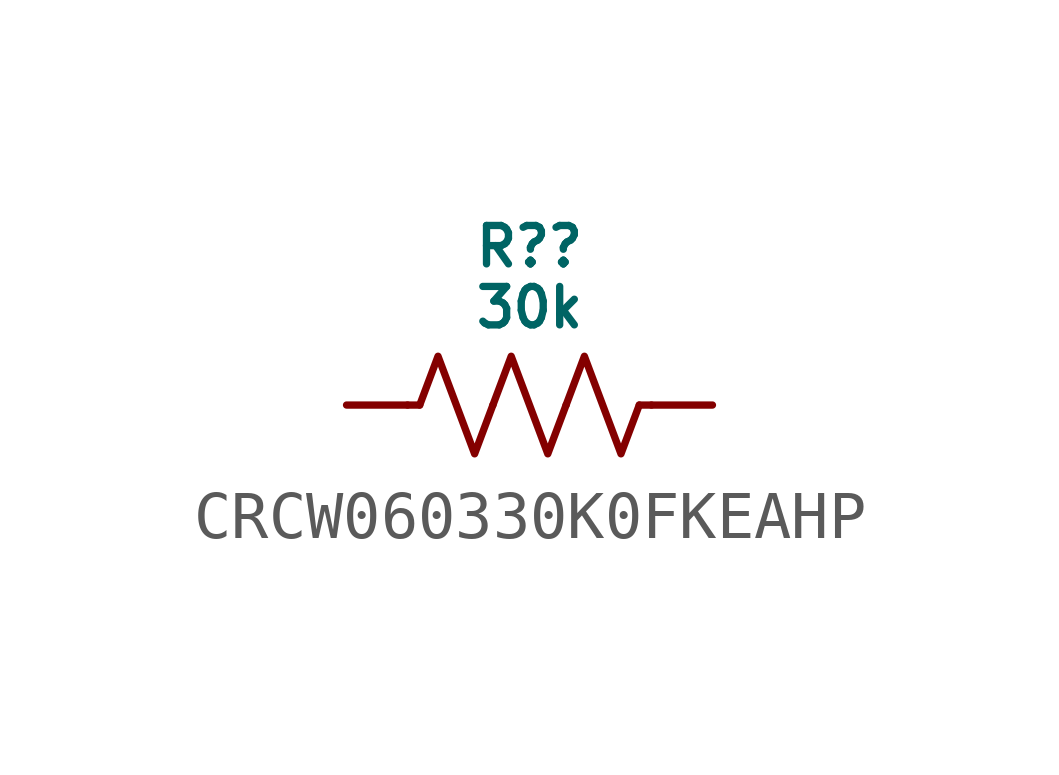
<source format=kicad_sym>
(kicad_symbol_lib
  (version 20231120)
  (generator "kicad_symbol_editor")
  (generator_version "8.0")
  (symbol "CRCW060330K0FKEAHP"
    (pin_numbers hide)
    (pin_names hide)
    (property "Reference" "R?"
      (at 0 3.302 0)
      (do_not_autoplace)
      (effects (font (size 0.8 0.8))))
    (property "Value" "30k"
      (at 0 2.032 0)
      (do_not_autoplace)
      (effects (font (size 0.8 0.8))))
    (symbol "CRCW060330K0FKEAHP_0_1"
      (polyline (pts (xy -2.286 0) (xy -2.54 0)) (stroke (width 0) (type default)) (fill (type none)))
      (polyline (pts (xy 2.286 0) (xy 2.54 0)) (stroke (width 0) (type default)) (fill (type none)))
      (polyline (pts (xy -2.286 0) (xy -1.905 1.016) (xy -1.524 0) (xy -1.143 -1.016) (xy -0.762 0)) (stroke (width 0) (type default)) (fill (type none)))
      (polyline (pts (xy -0.762 0) (xy -0.381 1.016) (xy 0 0) (xy 0.381 -1.016) (xy 0.762 0)) (stroke (width 0) (type default)) (fill (type none)))
      (polyline (pts (xy 0.762 0) (xy 1.143 1.016) (xy 1.524 0) (xy 1.905 -1.016) (xy 2.286 0)) (stroke (width 0) (type default)) (fill (type none))))
    (symbol "CRCW060330K0FKEAHP_1_0"
      (pin passive line (at -3.81 0 0) (length 1.27) (name "" (effects (font (size 0.8 0.8)))) (number "1" (effects (font (size 0.8 0.8)))))
      (pin passive line (at 3.81 0 180) (length 1.27) (name "" (effects (font (size 0.8 0.8)))) (number "2" (effects (font (size 0.8 0.8))))))))
</source>
